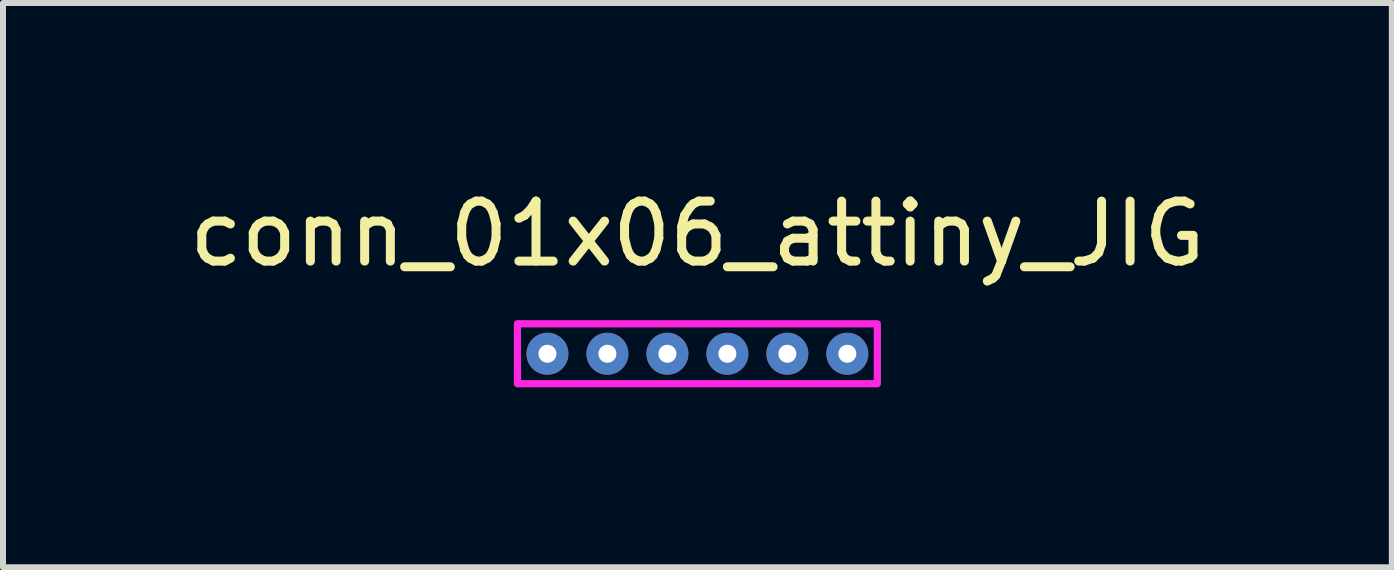
<source format=kicad_pcb>
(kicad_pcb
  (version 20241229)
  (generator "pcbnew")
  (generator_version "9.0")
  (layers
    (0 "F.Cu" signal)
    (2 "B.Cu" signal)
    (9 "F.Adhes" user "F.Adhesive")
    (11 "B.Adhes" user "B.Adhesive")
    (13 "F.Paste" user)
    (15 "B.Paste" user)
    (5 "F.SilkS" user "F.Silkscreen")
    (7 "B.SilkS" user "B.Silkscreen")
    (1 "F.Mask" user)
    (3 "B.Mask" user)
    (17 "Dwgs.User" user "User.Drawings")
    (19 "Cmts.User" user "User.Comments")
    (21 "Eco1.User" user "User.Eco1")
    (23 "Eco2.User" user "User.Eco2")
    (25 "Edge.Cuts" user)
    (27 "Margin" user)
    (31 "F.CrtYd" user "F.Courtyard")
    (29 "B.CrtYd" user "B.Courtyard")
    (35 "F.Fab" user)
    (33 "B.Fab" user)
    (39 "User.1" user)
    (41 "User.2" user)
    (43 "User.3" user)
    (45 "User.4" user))
  (footprint "conn_01x06_attiny_JIG"
    (layer "F.Cu")
    (at 8.577 2.848)
    (property "Reference" "conn_01x06_attiny_JIG" (at 0 -2 0) (unlocked yes) (layer "F.SilkS") (effects (font (size 1 1) (thickness 0.15))))
    (attr smd)
    (fp_rect (start -3 -0.5) (end 3 0.5) (stroke (width 0.12) (type solid)) (fill no) (layer "F.CrtYd"))
    (pad "1" thru_hole circle (at -2.5 0) (size 0.7 0.7) (drill 0.3) (layers "*.Cu" "*.Mask"))
    (pad "2" thru_hole circle (at -1.5 0) (size 0.7 0.7) (drill 0.3) (layers "*.Cu" "*.Mask"))
    (pad "3" thru_hole circle (at -0.5 0) (size 0.7 0.7) (drill 0.3) (layers "*.Cu" "*.Mask"))
    (pad "4" thru_hole circle (at 0.5 0) (size 0.7 0.7) (drill 0.3) (layers "*.Cu" "*.Mask"))
    (pad "5" thru_hole circle (at 1.5 0) (size 0.7 0.7) (drill 0.3) (layers "*.Cu" "*.Mask"))
    (pad "6" thru_hole circle (at 2.5 0) (size 0.7 0.7) (drill 0.3) (layers "*.Cu" "*.Mask")))
  (gr_rect
    (start -3 -3)
    (end 20.155 6.408)
    (stroke (width 0.1) (type default))
    (fill no)
    (layer "Edge.Cuts")))
</source>
